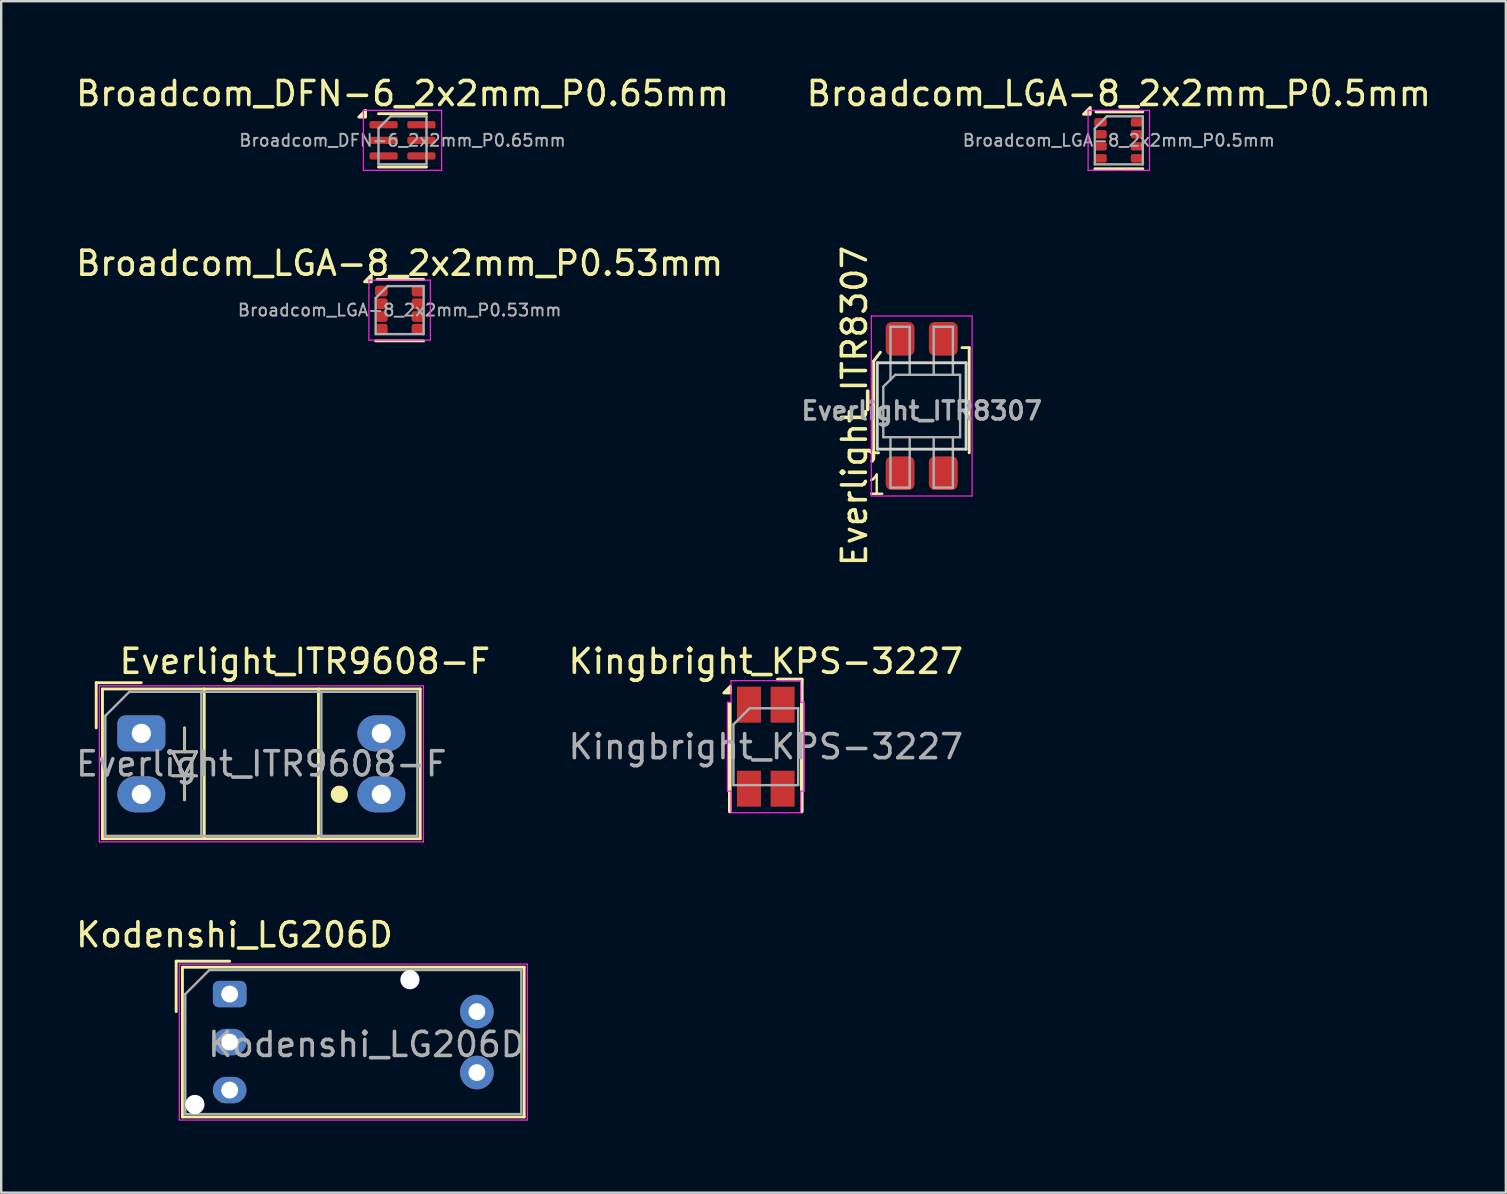
<source format=kicad_pcb>
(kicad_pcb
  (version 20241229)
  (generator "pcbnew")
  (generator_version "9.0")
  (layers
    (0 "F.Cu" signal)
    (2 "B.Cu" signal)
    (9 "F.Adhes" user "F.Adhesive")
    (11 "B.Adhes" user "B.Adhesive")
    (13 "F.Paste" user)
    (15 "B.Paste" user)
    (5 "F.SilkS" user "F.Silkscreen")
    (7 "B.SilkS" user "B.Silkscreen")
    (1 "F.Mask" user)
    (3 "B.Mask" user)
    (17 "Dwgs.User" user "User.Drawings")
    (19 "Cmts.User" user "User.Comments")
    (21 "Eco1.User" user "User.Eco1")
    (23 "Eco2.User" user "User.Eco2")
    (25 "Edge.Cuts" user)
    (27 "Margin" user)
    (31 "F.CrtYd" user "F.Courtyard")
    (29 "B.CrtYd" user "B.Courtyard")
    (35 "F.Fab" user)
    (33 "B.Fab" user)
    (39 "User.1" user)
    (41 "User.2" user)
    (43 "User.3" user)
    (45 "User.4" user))
  (footprint "Broadcom_LGA-8_2x2mm_P0.5mm"
    (layer "F.Cu")
    (at 43.565 2.798)
    (property "Reference" "Broadcom_LGA-8_2x2mm_P0.5mm" (at 0 -1.95 0) (layer "F.SilkS") (effects (font (size 1 1) (thickness 0.15))))
    (attr smd)
    (fp_line (start -1 1.185) (end 1 1.185) (stroke (width 0.12) (type solid)) (layer "F.SilkS"))
    (fp_line (start -0.95 -1.185) (end 1 -1.185) (stroke (width 0.12) (type solid)) (layer "F.SilkS"))
    (fp_poly (pts (xy -1.19 -1.09) (xy -1.47 -1.09) (xy -1.19 -1.37) (xy -1.19 -1.09)) (stroke (width 0.12) (type solid)) (fill yes) (layer "F.SilkS"))
    (fp_line (start -1.28 -1.25) (end -1.28 1.25) (stroke (width 0.05) (type solid)) (layer "F.CrtYd"))
    (fp_line (start -1.28 1.25) (end 1.28 1.25) (stroke (width 0.05) (type solid)) (layer "F.CrtYd"))
    (fp_line (start 1.28 -1.25) (end -1.28 -1.25) (stroke (width 0.05) (type solid)) (layer "F.CrtYd"))
    (fp_line (start 1.28 1.25) (end 1.28 -1.25) (stroke (width 0.05) (type solid)) (layer "F.CrtYd"))
    (fp_line (start -1 -0.5) (end -0.5 -1) (stroke (width 0.1) (type solid)) (layer "F.Fab"))
    (fp_line (start -1 1) (end -1 -0.5) (stroke (width 0.1) (type solid)) (layer "F.Fab"))
    (fp_line (start -0.5 -1) (end 1 -1) (stroke (width 0.1) (type solid)) (layer "F.Fab"))
    (fp_line (start 1 -1) (end 1 1) (stroke (width 0.1) (type solid)) (layer "F.Fab"))
    (fp_line (start 1 1) (end -1 1) (stroke (width 0.1) (type solid)) (layer "F.Fab"))
    (fp_text user "${REFERENCE}" (at 0 0 0) (layer "F.Fab") (effects (font (size 0.5 0.5) (thickness 0.08))))
    (pad "1" smd roundrect (at -0.762 -0.75) (size 0.525 0.35) (layers "F.Cu" "F.Mask" "F.Paste") (roundrect_rratio 0.25))
    (pad "2" smd roundrect (at -0.762 -0.25) (size 0.525 0.35) (layers "F.Cu" "F.Mask" "F.Paste") (roundrect_rratio 0.25))
    (pad "3" smd roundrect (at -0.762 0.25) (size 0.525 0.35) (layers "F.Cu" "F.Mask" "F.Paste") (roundrect_rratio 0.25))
    (pad "4" smd roundrect (at -0.762 0.75) (size 0.525 0.35) (layers "F.Cu" "F.Mask" "F.Paste") (roundrect_rratio 0.25))
    (pad "5" smd roundrect (at 0.762 0.75) (size 0.525 0.35) (layers "F.Cu" "F.Mask" "F.Paste") (roundrect_rratio 0.25))
    (pad "6" smd roundrect (at 0.762 0.25) (size 0.525 0.35) (layers "F.Cu" "F.Mask" "F.Paste") (roundrect_rratio 0.25))
    (pad "7" smd roundrect (at 0.762 -0.25) (size 0.525 0.35) (layers "F.Cu" "F.Mask" "F.Paste") (roundrect_rratio 0.25))
    (pad "8" smd roundrect (at 0.762 -0.75) (size 0.525 0.35) (layers "F.Cu" "F.Mask" "F.Paste") (roundrect_rratio 0.25)))
  (footprint "Broadcom_DFN-6_2x2mm_P0.65mm"
    (layer "F.Cu")
    (at 13.72 2.798)
    (property "Reference" "Broadcom_DFN-6_2x2mm_P0.65mm" (at 0 -1.95 0) (layer "F.SilkS") (effects (font (size 1 1) (thickness 0.15))))
    (attr smd)
    (fp_line (start -1 -1.11) (end 1 -1.11) (stroke (width 0.12) (type solid)) (layer "F.SilkS"))
    (fp_line (start -1 1.11) (end 1 1.11) (stroke (width 0.12) (type solid)) (layer "F.SilkS"))
    (fp_poly (pts (xy -1.54 -0.97) (xy -1.82 -0.97) (xy -1.54 -1.25) (xy -1.54 -0.97)) (stroke (width 0.12) (type solid)) (fill yes) (layer "F.SilkS"))
    (fp_line (start -1.63 -1.25) (end -1.63 1.25) (stroke (width 0.05) (type solid)) (layer "F.CrtYd"))
    (fp_line (start -1.63 1.25) (end 1.63 1.25) (stroke (width 0.05) (type solid)) (layer "F.CrtYd"))
    (fp_line (start 1.63 -1.25) (end -1.63 -1.25) (stroke (width 0.05) (type solid)) (layer "F.CrtYd"))
    (fp_line (start 1.63 1.25) (end 1.63 -1.25) (stroke (width 0.05) (type solid)) (layer "F.CrtYd"))
    (fp_line (start -1 -0.5) (end -0.5 -1) (stroke (width 0.1) (type solid)) (layer "F.Fab"))
    (fp_line (start -1 1) (end -1 -0.5) (stroke (width 0.1) (type solid)) (layer "F.Fab"))
    (fp_line (start -0.5 -1) (end 1 -1) (stroke (width 0.1) (type solid)) (layer "F.Fab"))
    (fp_line (start 1 -1) (end 1 1) (stroke (width 0.1) (type solid)) (layer "F.Fab"))
    (fp_line (start 1 1) (end -1 1) (stroke (width 0.1) (type solid)) (layer "F.Fab"))
    (fp_text user "${REFERENCE}" (at 0 0 0) (layer "F.Fab") (effects (font (size 0.5 0.5) (thickness 0.08))))
    (pad "1" smd roundrect (at -0.787 -0.65) (size 1.175 0.3) (layers "F.Cu" "F.Mask" "F.Paste") (roundrect_rratio 0.25))
    (pad "2" smd roundrect (at -0.787 0) (size 1.175 0.3) (layers "F.Cu" "F.Mask" "F.Paste") (roundrect_rratio 0.25))
    (pad "3" smd roundrect (at -0.787 0.65) (size 1.175 0.3) (layers "F.Cu" "F.Mask" "F.Paste") (roundrect_rratio 0.25))
    (pad "4" smd roundrect (at 0.787 0.65) (size 1.175 0.3) (layers "F.Cu" "F.Mask" "F.Paste") (roundrect_rratio 0.25))
    (pad "5" smd roundrect (at 0.787 0) (size 1.175 0.3) (layers "F.Cu" "F.Mask" "F.Paste") (roundrect_rratio 0.25))
    (pad "6" smd roundrect (at 0.787 -0.65) (size 1.175 0.3) (layers "F.Cu" "F.Mask" "F.Paste") (roundrect_rratio 0.25)))
  (footprint "Kodenshi_LG206D"
    (layer "F.Cu")
    (at 6.52 38.368)
    (property "Reference" "Kodenshi_LG206D" (at 0.2 -2.47 0) (layer "F.SilkS") (effects (font (size 1 1) (thickness 0.15))))
    (attr through_hole)
    (fp_line (start -2.23 -1.37) (end 0 -1.37) (stroke (width 0.12) (type solid)) (layer "F.SilkS"))
    (fp_line (start -2.23 0.73) (end -2.23 -1.37) (stroke (width 0.12) (type solid)) (layer "F.SilkS"))
    (fp_line (start -1.97 -1.12) (end 12.27 -1.12) (stroke (width 0.12) (type solid)) (layer "F.SilkS"))
    (fp_line (start -1.97 5.12) (end -1.97 -1.12) (stroke (width 0.12) (type solid)) (layer "F.SilkS"))
    (fp_line (start 12.27 -1.12) (end 12.27 5.12) (stroke (width 0.12) (type solid)) (layer "F.SilkS"))
    (fp_line (start 12.27 5.12) (end -1.97 5.12) (stroke (width 0.12) (type solid)) (layer "F.SilkS"))
    (fp_line (start -2.1 -1.25) (end 12.4 -1.25) (stroke (width 0.05) (type solid)) (layer "F.CrtYd"))
    (fp_line (start -2.1 5.25) (end -2.1 -1.25) (stroke (width 0.05) (type solid)) (layer "F.CrtYd"))
    (fp_line (start 12.4 -1.25) (end 12.4 5.25) (stroke (width 0.05) (type solid)) (layer "F.CrtYd"))
    (fp_line (start 12.4 5.25) (end -2.1 5.25) (stroke (width 0.05) (type solid)) (layer "F.CrtYd"))
    (fp_line (start -1.85 0) (end -0.85 -1) (stroke (width 0.1) (type solid)) (layer "F.Fab"))
    (fp_line (start -1.85 5) (end -1.85 0) (stroke (width 0.1) (type solid)) (layer "F.Fab"))
    (fp_line (start -1.85 5) (end 12.15 5) (stroke (width 0.1) (type solid)) (layer "F.Fab"))
    (fp_line (start -0.85 -1) (end 12.15 -1) (stroke (width 0.1) (type solid)) (layer "F.Fab"))
    (fp_line (start 12.15 -1) (end 12.15 5) (stroke (width 0.1) (type solid)) (layer "F.Fab"))
    (fp_text user "${REFERENCE}" (at 5.7 2.1 0) (layer "F.Fab") (effects (font (size 1 1) (thickness 0.15))))
    (pad "" np_thru_hole circle (at -1.45 4.6) (size 0.8 0.8) (drill 0.8) (layers "*.Cu" "*.Mask"))
    (pad "" np_thru_hole circle (at 7.51 -0.6) (size 0.8 0.8) (drill 0.8) (layers "*.Cu" "*.Mask"))
    (pad "1" thru_hole roundrect (at 0 0) (size 1.4 1.1) (drill 0.7) (layers "*.Cu" "*.Mask") (roundrect_rratio 0.227))
    (pad "2" thru_hole oval (at 0 2) (size 1.4 1.1) (drill 0.7) (layers "*.Cu" "*.Mask"))
    (pad "3" thru_hole oval (at 0 4) (size 1.4 1.1) (drill 0.7) (layers "*.Cu" "*.Mask"))
    (pad "4" thru_hole circle (at 10.3 3.27) (size 1.4 1.4) (drill 0.7) (layers "*.Cu" "*.Mask"))
    (pad "5" thru_hole circle (at 10.3 0.73) (size 1.4 1.4) (drill 0.7) (layers "*.Cu" "*.Mask")))
  (footprint "Everlight_ITR9608-F"
    (layer "F.Cu")
    (at 2.839 27.505)
    (property "Reference" "Everlight_ITR9608-F" (at -1 -3 180) (layer "F.SilkS") (effects (font (size 1 1) (thickness 0.15)) (justify left)))
    (attr through_hole)
    (fp_line (start -1.88 -2.11) (end -1.88 -0.23) (stroke (width 0.12) (type solid)) (layer "F.SilkS"))
    (fp_line (start -1.88 -2.11) (end 0 -2.11) (stroke (width 0.12) (type solid)) (layer "F.SilkS"))
    (fp_line (start -1.62 -1.85) (end 11.62 -1.85) (stroke (width 0.12) (type solid)) (layer "F.SilkS"))
    (fp_line (start -1.62 4.39) (end -1.62 -1.85) (stroke (width 0.12) (type solid)) (layer "F.SilkS"))
    (fp_line (start 1.3 0.77) (end 1.8 1.77) (stroke (width 0.12) (type solid)) (layer "F.SilkS"))
    (fp_line (start 1.8 0.77) (end 1.8 -0.23) (stroke (width 0.12) (type solid)) (layer "F.SilkS"))
    (fp_line (start 1.8 1.77) (end 1.8 2.77) (stroke (width 0.12) (type solid)) (layer "F.SilkS"))
    (fp_line (start 1.8 1.77) (end 2.3 0.77) (stroke (width 0.12) (type solid)) (layer "F.SilkS"))
    (fp_line (start 2.3 0.77) (end 1.3 0.77) (stroke (width 0.12) (type solid)) (layer "F.SilkS"))
    (fp_line (start 2.3 1.77) (end 1.3 1.77) (stroke (width 0.12) (type solid)) (layer "F.SilkS"))
    (fp_line (start 2.62 4.37) (end 2.62 -1.85) (stroke (width 0.12) (type solid)) (layer "F.SilkS"))
    (fp_line (start 7.38 4.37) (end 7.38 -1.85) (stroke (width 0.12) (type solid)) (layer "F.SilkS"))
    (fp_line (start 11.62 -1.85) (end 11.62 4.39) (stroke (width 0.12) (type solid)) (layer "F.SilkS"))
    (fp_line (start 11.62 4.39) (end -1.62 4.39) (stroke (width 0.12) (type solid)) (layer "F.SilkS"))
    (fp_circle (center 8.25 2.54) (end 8.55 2.54) (stroke (width 0.12) (type solid)) (fill yes) (layer "F.SilkS"))
    (fp_line (start -1.75 -1.98) (end 11.75 -1.98) (stroke (width 0.05) (type solid)) (layer "F.CrtYd"))
    (fp_line (start -1.75 4.52) (end -1.75 -1.98) (stroke (width 0.05) (type solid)) (layer "F.CrtYd"))
    (fp_line (start 11.75 -1.98) (end 11.75 4.52) (stroke (width 0.05) (type solid)) (layer "F.CrtYd"))
    (fp_line (start 11.75 4.52) (end -1.75 4.52) (stroke (width 0.05) (type solid)) (layer "F.CrtYd"))
    (fp_line (start -1.5 -0.73) (end -0.5 -1.73) (stroke (width 0.1) (type solid)) (layer "F.Fab"))
    (fp_line (start -1.5 4.27) (end -1.5 -0.73) (stroke (width 0.1) (type solid)) (layer "F.Fab"))
    (fp_line (start -0.5 -1.73) (end 11.5 -1.73) (stroke (width 0.1) (type solid)) (layer "F.Fab"))
    (fp_line (start 1.3 0.77) (end 1.8 1.77) (stroke (width 0.1) (type solid)) (layer "F.Fab"))
    (fp_line (start 1.8 0.77) (end 1.8 -0.23) (stroke (width 0.1) (type solid)) (layer "F.Fab"))
    (fp_line (start 1.8 1.77) (end 1.8 2.77) (stroke (width 0.1) (type solid)) (layer "F.Fab"))
    (fp_line (start 1.8 1.77) (end 2.3 0.77) (stroke (width 0.1) (type solid)) (layer "F.Fab"))
    (fp_line (start 2.3 0.77) (end 1.3 0.77) (stroke (width 0.1) (type solid)) (layer "F.Fab"))
    (fp_line (start 2.3 1.77) (end 1.3 1.77) (stroke (width 0.1) (type solid)) (layer "F.Fab"))
    (fp_line (start 2.5 -1.73) (end 2.5 4.27) (stroke (width 0.1) (type solid)) (layer "F.Fab"))
    (fp_line (start 7.5 -1.73) (end 7.5 4.27) (stroke (width 0.1) (type solid)) (layer "F.Fab"))
    (fp_line (start 11.5 -1.73) (end 11.5 4.27) (stroke (width 0.1) (type solid)) (layer "F.Fab"))
    (fp_line (start 11.5 4.27) (end -1.5 4.27) (stroke (width 0.1) (type solid)) (layer "F.Fab"))
    (fp_text user "${REFERENCE}" (at 5 1.27 180) (layer "F.Fab") (effects (font (size 1 1) (thickness 0.15))))
    (pad "1" thru_hole roundrect (at 0 0 90) (size 1.5 2) (drill 0.8) (layers "*.Cu" "*.Mask") (roundrect_rratio 0.227))
    (pad "2" thru_hole oval (at 0 2.54 90) (size 1.5 2) (drill 0.8) (layers "*.Cu" "*.Mask"))
    (pad "3" thru_hole oval (at 10 2.54 90) (size 1.5 2) (drill 0.8) (layers "*.Cu" "*.Mask"))
    (pad "4" thru_hole oval (at 10 0 90) (size 1.5 2) (drill 0.8) (layers "*.Cu" "*.Mask")))
  (footprint "Everlight_ITR8307"
    (layer "F.Cu")
    (at 35.352 13.865)
    (property "Reference" "Everlight_ITR8307" (at -2.8 0 90) (layer "F.SilkS") (effects (font (size 1 1) (thickness 0.15))))
    (attr smd)
    (fp_line (start -2 -1.87) (end -2 1.94) (stroke (width 0.12) (type default)) (layer "F.SilkS"))
    (fp_line (start -2 1.95) (end -1.8 1.95) (stroke (width 0.12) (type solid)) (layer "F.SilkS"))
    (fp_line (start -1.72 -2.24) (end -2 -1.87) (stroke (width 0.12) (type default)) (layer "F.SilkS"))
    (fp_line (start 1.98 -2.43) (end 1.68 -2.43) (stroke (width 0.12) (type default)) (layer "F.SilkS"))
    (fp_line (start 1.98 -2.43) (end 1.98 1.95) (stroke (width 0.12) (type default)) (layer "F.SilkS"))
    (fp_line (start -1.85 -1.8) (end 1.85 -1.8) (stroke (width 0.12) (type solid)) (layer "Edge.Cuts"))
    (fp_line (start -1.85 1.8) (end -1.85 -1.8) (stroke (width 0.12) (type solid)) (layer "Edge.Cuts"))
    (fp_line (start 1.85 -1.8) (end 1.85 1.8) (stroke (width 0.12) (type solid)) (layer "Edge.Cuts"))
    (fp_line (start 1.85 1.8) (end -1.85 1.8) (stroke (width 0.12) (type solid)) (layer "Edge.Cuts"))
    (fp_line (start -2.1 -3.75) (end -2.1 3.75) (stroke (width 0.05) (type solid)) (layer "F.CrtYd"))
    (fp_line (start -2.1 -3.75) (end 2.1 -3.75) (stroke (width 0.05) (type solid)) (layer "F.CrtYd"))
    (fp_line (start 2.1 3.75) (end -2.1 3.75) (stroke (width 0.05) (type solid)) (layer "F.CrtYd"))
    (fp_line (start 2.1 3.75) (end 2.1 -3.75) (stroke (width 0.05) (type solid)) (layer "F.CrtYd"))
    (fp_line (start -1.6 -0.8) (end -1.1 -1.3) (stroke (width 0.1) (type solid)) (layer "F.Fab"))
    (fp_line (start -1.6 1.3) (end -1.6 -0.8) (stroke (width 0.1) (type solid)) (layer "F.Fab"))
    (fp_line (start -1.3 -3.3) (end -1.3 -1.1) (stroke (width 0.1) (type solid)) (layer "F.Fab"))
    (fp_line (start -1.3 -3.3) (end -0.5 -3.3) (stroke (width 0.1) (type solid)) (layer "F.Fab"))
    (fp_line (start -1.3 3.4) (end -1.3 1.3) (stroke (width 0.1) (type solid)) (layer "F.Fab"))
    (fp_line (start -1.1 -1.3) (end 1.6 -1.3) (stroke (width 0.1) (type solid)) (layer "F.Fab"))
    (fp_line (start -0.5 -3.3) (end -0.5 -1.3) (stroke (width 0.1) (type solid)) (layer "F.Fab"))
    (fp_line (start -0.5 1.3) (end -0.5 3.4) (stroke (width 0.1) (type solid)) (layer "F.Fab"))
    (fp_line (start -0.5 3.4) (end -1.3 3.4) (stroke (width 0.1) (type solid)) (layer "F.Fab"))
    (fp_line (start 0.5 -3.3) (end 1.3 -3.3) (stroke (width 0.1) (type solid)) (layer "F.Fab"))
    (fp_line (start 0.5 -1.3) (end 0.5 -3.3) (stroke (width 0.1) (type solid)) (layer "F.Fab"))
    (fp_line (start 0.5 1.3) (end 0.5 3.4) (stroke (width 0.1) (type solid)) (layer "F.Fab"))
    (fp_line (start 0.5 3.4) (end 1.3 3.4) (stroke (width 0.1) (type solid)) (layer "F.Fab"))
    (fp_line (start 1.3 -3.3) (end 1.3 -1.3) (stroke (width 0.1) (type solid)) (layer "F.Fab"))
    (fp_line (start 1.3 3.4) (end 1.3 1.3) (stroke (width 0.1) (type solid)) (layer "F.Fab"))
    (fp_line (start 1.6 -1.3) (end 1.6 1.3) (stroke (width 0.1) (type solid)) (layer "F.Fab"))
    (fp_line (start 1.6 1.3) (end -1.6 1.3) (stroke (width 0.1) (type solid)) (layer "F.Fab"))
    (fp_text user "1" (at -2.32 3.76 0) (unlocked yes) (layer "F.SilkS") (effects (font (size 0.8 0.8) (thickness 0.1)) (justify left bottom)))
    (fp_text user "${REFERENCE}" (at 0 0.2 0) (layer "F.Fab") (effects (font (size 0.75 0.75) (thickness 0.15))))
    (pad "1" smd roundrect (at -0.9 2.8) (size 1.2 1.4) (layers "F.Cu" "F.Mask" "F.Paste") (roundrect_rratio 0.2))
    (pad "2" smd roundrect (at -0.9 -2.8) (size 1.2 1.4) (layers "F.Cu" "F.Mask" "F.Paste") (roundrect_rratio 0.2))
    (pad "3" smd roundrect (at 0.9 2.8) (size 1.2 1.4) (layers "F.Cu" "F.Mask" "F.Paste") (roundrect_rratio 0.2))
    (pad "4" smd roundrect (at 0.9 -2.8) (size 1.2 1.4) (layers "F.Cu" "F.Mask" "F.Paste") (roundrect_rratio 0.2)))
  (footprint "Kingbright_KPS-3227"
    (layer "F.Cu")
    (at 28.857 28.061)
    (property "Reference" "Kingbright_KPS-3227" (at 0 -3.556 180) (layer "F.SilkS") (effects (font (size 1 1) (thickness 0.15))))
    (attr smd)
    (fp_line (start -1.5 2.7) (end -1.5 -1.79) (stroke (width 0.15) (type solid)) (layer "F.SilkS"))
    (fp_line (start 0.5 -2.8) (end 1.5 -2.8) (stroke (width 0.15) (type solid)) (layer "F.SilkS"))
    (fp_line (start 1.5 2.7) (end 1.5 -2.8) (stroke (width 0.15) (type solid)) (layer "F.SilkS"))
    (fp_poly (pts (xy -1.47 -2.24) (xy -1.75 -2.24) (xy -1.47 -2.52) (xy -1.47 -2.24)) (stroke (width 0.12) (type solid)) (fill yes) (layer "F.SilkS"))
    (fp_line (start -1.6 -1.85) (end -1.6 1.85) (stroke (width 0.05) (type solid)) (layer "F.CrtYd"))
    (fp_line (start -1.6 -1.85) (end -1.45 -1.85) (stroke (width 0.05) (type solid)) (layer "F.CrtYd"))
    (fp_line (start -1.6 1.85) (end -1.45 1.85) (stroke (width 0.05) (type solid)) (layer "F.CrtYd"))
    (fp_line (start -1.45 -1.85) (end -1.45 -2.75) (stroke (width 0.05) (type solid)) (layer "F.CrtYd"))
    (fp_line (start -1.45 1.85) (end -1.45 2.75) (stroke (width 0.05) (type solid)) (layer "F.CrtYd"))
    (fp_line (start -1.45 2.75) (end 1.45 2.75) (stroke (width 0.05) (type solid)) (layer "F.CrtYd"))
    (fp_line (start 1.45 -2.75) (end -1.45 -2.75) (stroke (width 0.05) (type solid)) (layer "F.CrtYd"))
    (fp_line (start 1.45 -2.75) (end 1.45 -1.85) (stroke (width 0.05) (type solid)) (layer "F.CrtYd"))
    (fp_line (start 1.45 1.85) (end 1.6 1.85) (stroke (width 0.05) (type solid)) (layer "F.CrtYd"))
    (fp_line (start 1.45 2.75) (end 1.45 1.85) (stroke (width 0.05) (type solid)) (layer "F.CrtYd"))
    (fp_line (start 1.6 -1.85) (end 1.45 -1.85) (stroke (width 0.05) (type solid)) (layer "F.CrtYd"))
    (fp_line (start 1.6 1.85) (end 1.6 -1.85) (stroke (width 0.05) (type solid)) (layer "F.CrtYd"))
    (fp_line (start -1.35 -0.925) (end -1.35 1.6) (stroke (width 0.1) (type solid)) (layer "F.Fab"))
    (fp_line (start -1.35 1.6) (end 1.35 1.6) (stroke (width 0.1) (type solid)) (layer "F.Fab"))
    (fp_line (start -0.675 -1.6) (end -1.35 -0.925) (stroke (width 0.1) (type solid)) (layer "F.Fab"))
    (fp_line (start 1.35 -1.6) (end -0.675 -1.6) (stroke (width 0.1) (type solid)) (layer "F.Fab"))
    (fp_line (start 1.35 1.6) (end 1.35 -1.6) (stroke (width 0.1) (type solid)) (layer "F.Fab"))
    (fp_text user "${REFERENCE}" (at 0 0 180) (layer "F.Fab") (effects (font (size 1 1) (thickness 0.15))))
    (pad "1" smd rect (at -0.7 -1.75) (size 1 1.5) (layers "F.Cu" "F.Mask" "F.Paste"))
    (pad "2" smd rect (at -0.7 1.75) (size 1 1.5) (layers "F.Cu" "F.Mask" "F.Paste"))
    (pad "3" smd rect (at 0.7 -1.75) (size 1 1.5) (layers "F.Cu" "F.Mask" "F.Paste"))
    (pad "4" smd rect (at 0.7 1.75) (size 1 1.5) (layers "F.Cu" "F.Mask" "F.Paste")))
  (footprint "Broadcom_LGA-8_2x2mm_P0.53mm"
    (layer "F.Cu")
    (at 13.601 9.871)
    (property "Reference" "Broadcom_LGA-8_2x2mm_P0.53mm" (at 0 -1.95 0) (layer "F.SilkS") (effects (font (size 1 1) (thickness 0.15))))
    (attr smd)
    (fp_line (start -1 1.28) (end 1 1.28) (stroke (width 0.12) (type solid)) (layer "F.SilkS"))
    (fp_line (start -0.94 -1.28) (end 1 -1.28) (stroke (width 0.12) (type solid)) (layer "F.SilkS"))
    (fp_poly (pts (xy -1.18 -1.18) (xy -1.46 -1.18) (xy -1.18 -1.46) (xy -1.18 -1.18)) (stroke (width 0.12) (type solid)) (fill yes) (layer "F.SilkS"))
    (fp_line (start -1.28 -1.25) (end -1.28 1.25) (stroke (width 0.05) (type solid)) (layer "F.CrtYd"))
    (fp_line (start -1.28 1.25) (end 1.28 1.25) (stroke (width 0.05) (type solid)) (layer "F.CrtYd"))
    (fp_line (start 1.28 -1.25) (end -1.28 -1.25) (stroke (width 0.05) (type solid)) (layer "F.CrtYd"))
    (fp_line (start 1.28 1.25) (end 1.28 -1.25) (stroke (width 0.05) (type solid)) (layer "F.CrtYd"))
    (fp_line (start -1 -0.5) (end -0.5 -1) (stroke (width 0.1) (type solid)) (layer "F.Fab"))
    (fp_line (start -1 1) (end -1 -0.5) (stroke (width 0.1) (type solid)) (layer "F.Fab"))
    (fp_line (start -0.5 -1) (end 1 -1) (stroke (width 0.1) (type solid)) (layer "F.Fab"))
    (fp_line (start 1 -1) (end 1 1) (stroke (width 0.1) (type solid)) (layer "F.Fab"))
    (fp_line (start 1 1) (end -1 1) (stroke (width 0.1) (type solid)) (layer "F.Fab"))
    (fp_text user "${REFERENCE}" (at 0 0 0) (layer "F.Fab") (effects (font (size 0.5 0.5) (thickness 0.08))))
    (pad "1" smd roundrect (at -0.762 -0.795) (size 0.525 0.45) (layers "F.Cu" "F.Mask" "F.Paste") (roundrect_rratio 0.25))
    (pad "2" smd roundrect (at -0.762 -0.265) (size 0.525 0.45) (layers "F.Cu" "F.Mask" "F.Paste") (roundrect_rratio 0.25))
    (pad "3" smd roundrect (at -0.762 0.265) (size 0.525 0.45) (layers "F.Cu" "F.Mask" "F.Paste") (roundrect_rratio 0.25))
    (pad "4" smd roundrect (at -0.762 0.795) (size 0.525 0.45) (layers "F.Cu" "F.Mask" "F.Paste") (roundrect_rratio 0.25))
    (pad "5" smd roundrect (at 0.762 0.795) (size 0.525 0.45) (layers "F.Cu" "F.Mask" "F.Paste") (roundrect_rratio 0.25))
    (pad "6" smd roundrect (at 0.762 0.265) (size 0.525 0.45) (layers "F.Cu" "F.Mask" "F.Paste") (roundrect_rratio 0.25))
    (pad "7" smd roundrect (at 0.762 -0.265) (size 0.525 0.45) (layers "F.Cu" "F.Mask" "F.Paste") (roundrect_rratio 0.25))
    (pad "8" smd roundrect (at 0.762 -0.795) (size 0.525 0.45) (layers "F.Cu" "F.Mask" "F.Paste") (roundrect_rratio 0.25)))
  (gr_rect
    (start -3 -3)
    (end 59.69 46.643)
    (stroke (width 0.1) (type default))
    (fill no)
    (layer "Edge.Cuts")))
</source>
